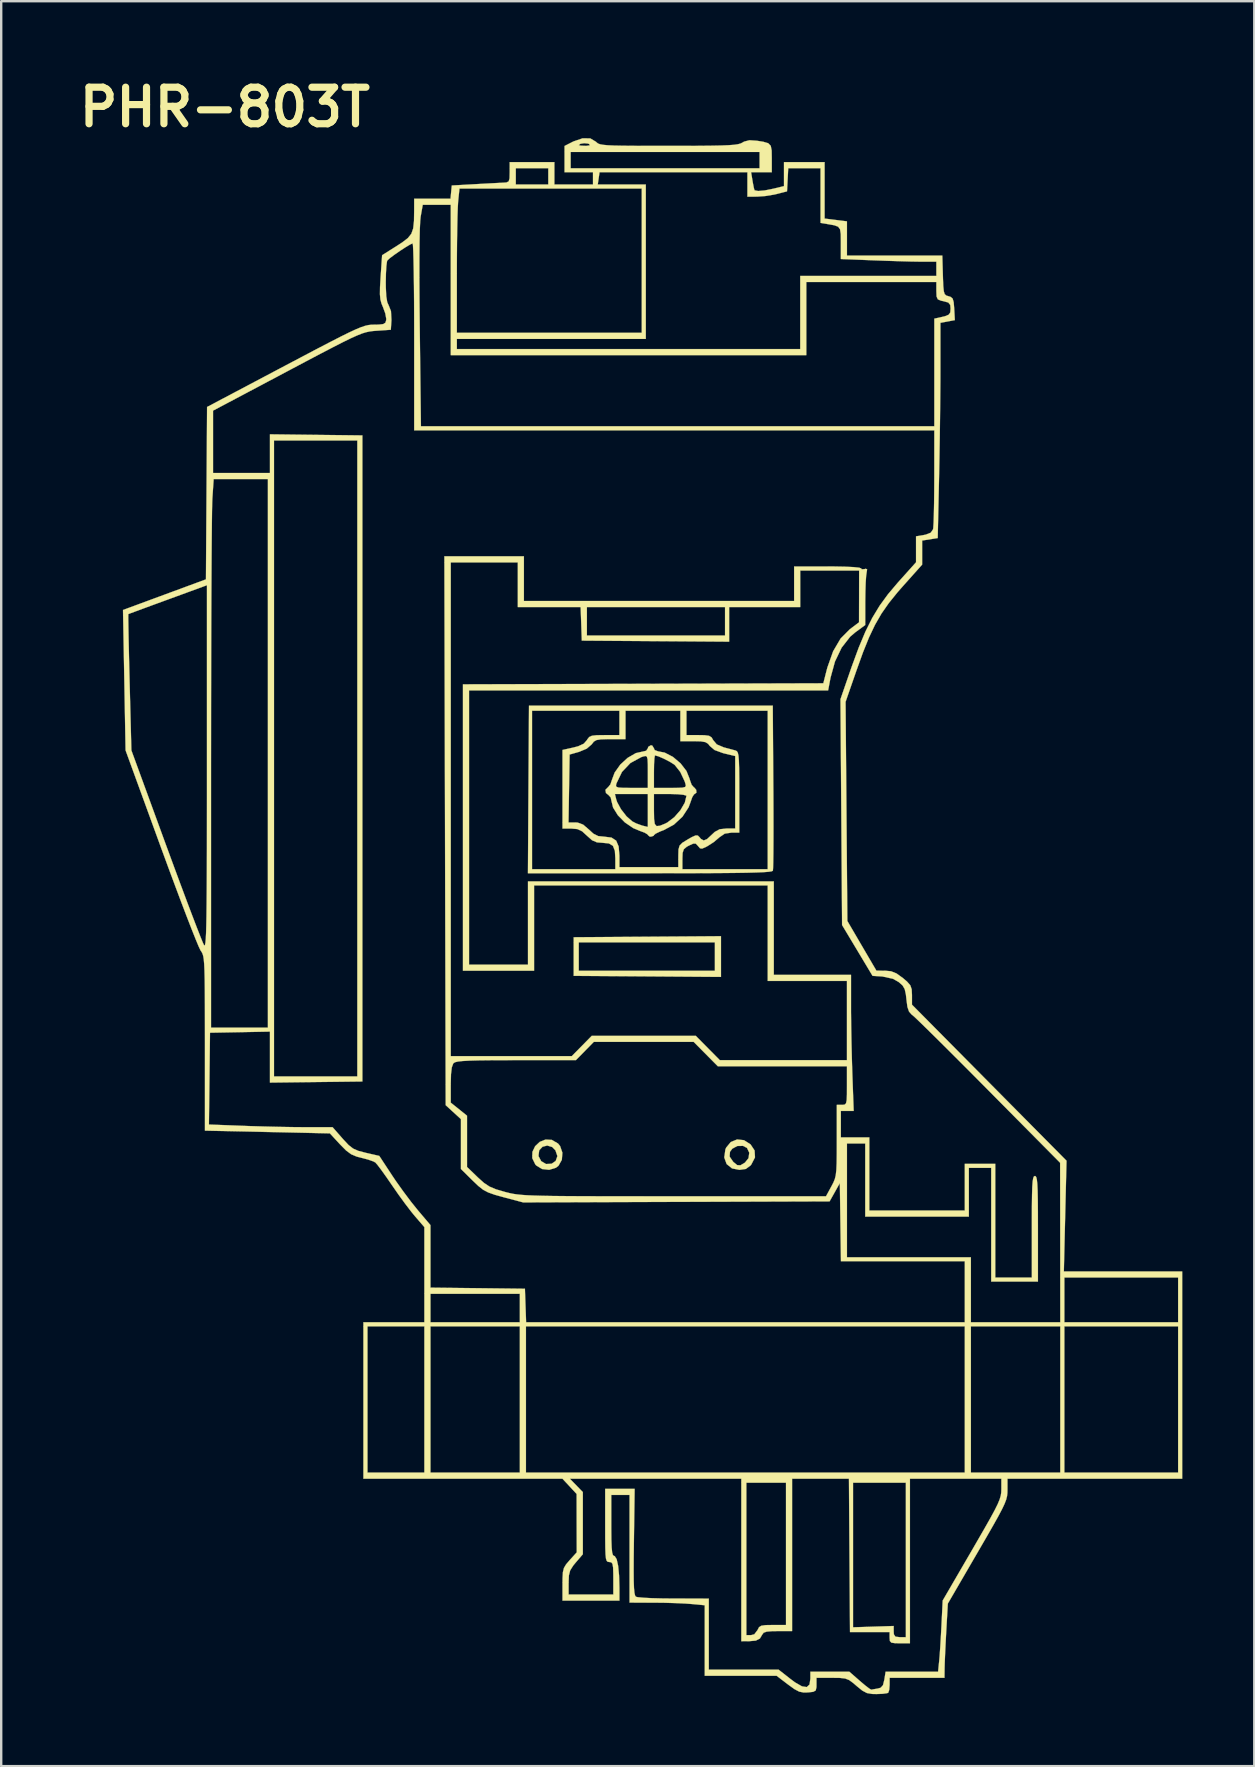
<source format=kicad_pcb>
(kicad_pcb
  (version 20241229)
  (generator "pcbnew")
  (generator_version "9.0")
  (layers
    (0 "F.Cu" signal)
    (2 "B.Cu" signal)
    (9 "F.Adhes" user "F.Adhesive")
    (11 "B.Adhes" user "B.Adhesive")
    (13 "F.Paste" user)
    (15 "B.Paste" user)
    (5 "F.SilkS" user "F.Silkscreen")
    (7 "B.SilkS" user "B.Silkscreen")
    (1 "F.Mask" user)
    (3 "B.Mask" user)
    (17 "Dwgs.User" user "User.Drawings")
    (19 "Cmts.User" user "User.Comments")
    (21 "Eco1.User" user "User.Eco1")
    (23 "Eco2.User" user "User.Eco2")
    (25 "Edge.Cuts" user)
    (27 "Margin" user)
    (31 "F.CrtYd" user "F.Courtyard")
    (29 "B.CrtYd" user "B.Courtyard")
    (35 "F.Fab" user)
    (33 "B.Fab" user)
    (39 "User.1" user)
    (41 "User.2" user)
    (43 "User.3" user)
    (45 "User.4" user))
  (footprint "PHR-803T"
    (layer "F.Cu")
    (at 24.071 29.918)
    (property "Reference" "PHR-803T" (at -17.75 -28.5 0) (layer "F.SilkS") (effects (font (size 1.524 1.524) (thickness 0.3))))
    (attr through_hole)
    (fp_poly (pts (xy -0.145 6.067) (xy -3.214 6.089) (xy -3.214 7.698) (xy -0.145 7.72) (xy 2.924 7.742) (xy 2.924 6.301) (xy 2.67 6.301) (xy 2.67 7.486) (xy -3.003 7.486) (xy -3.003 6.301) (xy 2.67 6.301) (xy 2.924 6.301) (xy 2.924 6.045) (xy -0.145 6.067)) (stroke (width 0.01) (type solid)) (fill yes) (layer "F.SilkS"))
    (fp_poly (pts (xy -4.63 14.617) (xy -4.821 14.797) (xy -4.934 15.032) (xy -4.941 15.294) (xy -4.814 15.556) (xy -4.777 15.598) (xy -4.533 15.748) (xy -4.236 15.781) (xy -3.955 15.695) (xy -3.849 15.614) (xy -3.708 15.365) (xy -3.696 15.209) (xy -3.893 15.209) (xy -3.965 15.412) (xy -4.136 15.528) (xy -4.366 15.539) (xy -4.568 15.42) (xy -4.679 15.211) (xy -4.681 15.197) (xy -4.651 14.968) (xy -4.513 14.82) (xy -4.317 14.769) (xy -4.111 14.831) (xy -3.976 14.967) (xy -3.893 15.209) (xy -3.696 15.209) (xy -3.685 15.066) (xy -3.781 14.789) (xy -3.865 14.686) (xy -4.125 14.534) (xy -4.389 14.52) (xy -4.63 14.617)) (stroke (width 0.01) (type solid)) (fill yes) (layer "F.SilkS"))
    (fp_poly (pts (xy 3.332 14.623) (xy 3.139 14.857) (xy 3.106 14.937) (xy 3.061 15.27) (xy 3.16 15.541) (xy 3.384 15.722) (xy 3.693 15.783) (xy 3.959 15.745) (xy 4.15 15.606) (xy 4.188 15.56) (xy 4.341 15.263) (xy 4.33 15.069) (xy 4.103 15.069) (xy 4.07 15.297) (xy 3.921 15.482) (xy 3.735 15.592) (xy 3.601 15.585) (xy 3.443 15.456) (xy 3.432 15.445) (xy 3.283 15.228) (xy 3.299 15.029) (xy 3.396 14.9) (xy 3.603 14.788) (xy 3.841 14.783) (xy 4.008 14.869) (xy 4.103 15.069) (xy 4.33 15.069) (xy 4.325 14.976) (xy 4.156 14.721) (xy 3.883 14.546) (xy 3.594 14.516) (xy 3.332 14.623)) (stroke (width 0.01) (type solid)) (fill yes) (layer "F.SilkS"))
    (fp_poly (pts (xy -0.109 -1.844) (xy -0.124 -1.785) (xy -0.195 -1.682) (xy -0.297 -1.658) (xy -0.625 -1.584) (xy -0.965 -1.387) (xy -1.273 -1.104) (xy -1.507 -0.774) (xy -1.617 -0.479) (xy -1.687 -0.277) (xy -1.781 -0.163) (xy -1.787 -0.16) (xy -1.892 -0.054) (xy -1.869 0.08) (xy -1.775 0.151) (xy -1.671 0.265) (xy -1.648 0.376) (xy -1.573 0.684) (xy -1.373 1.006) (xy -1.081 1.304) (xy -0.733 1.541) (xy -0.464 1.654) (xy -0.254 1.732) (xy -0.134 1.806) (xy -0.124 1.827) (xy -0.055 1.89) (xy 0.003 1.898) (xy 0.116 1.863) (xy 0.13 1.833) (xy 0.203 1.771) (xy 0.389 1.681) (xy 0.543 1.622) (xy 0.958 1.399) (xy 1.317 1.068) (xy 1.574 0.675) (xy 1.653 0.463) (xy 1.727 0.252) (xy 1.76 0.199) (xy 1.485 0.199) (xy 1.416 0.482) (xy 1.235 0.793) (xy 0.98 1.085) (xy 0.689 1.307) (xy 0.596 1.355) (xy 0.376 1.444) (xy 0.24 1.457) (xy 0.166 1.371) (xy 0.136 1.162) (xy 0.13 0.808) (xy 0.13 0.797) (xy 0.13 0.12) (xy -0.124 0.12) (xy -0.124 1.493) (xy -0.357 1.436) (xy -0.606 1.347) (xy -0.775 1.259) (xy -1.014 1.048) (xy -1.241 0.756) (xy -1.404 0.457) (xy -1.439 0.353) (xy -1.497 0.12) (xy -0.124 0.12) (xy 0.13 0.12) (xy 0.807 0.12) (xy 1.122 0.129) (xy 1.359 0.153) (xy 1.478 0.188) (xy 1.485 0.199) (xy 1.76 0.199) (xy 1.804 0.131) (xy 1.827 0.12) (xy 1.901 0.063) (xy 1.891 -0.055) (xy 1.808 -0.153) (xy 1.792 -0.161) (xy 1.731 -0.23) (xy 1.459 -0.23) (xy 1.431 -0.174) (xy 1.322 -0.145) (xy 1.101 -0.135) (xy 0.813 -0.134) (xy 0.13 -0.134) (xy 0.13 -0.811) (xy 0.13 -0.817) (xy -0.124 -0.817) (xy -0.124 -0.134) (xy -0.807 -0.134) (xy -1.144 -0.136) (xy -1.343 -0.149) (xy -1.435 -0.181) (xy -1.452 -0.244) (xy -1.431 -0.325) (xy -1.202 -0.8) (xy -0.85 -1.171) (xy -0.398 -1.417) (xy -0.315 -1.444) (xy -0.22 -1.464) (xy -0.164 -1.435) (xy -0.135 -1.326) (xy -0.125 -1.104) (xy -0.124 -0.817) (xy 0.13 -0.817) (xy 0.135 -1.126) (xy 0.149 -1.363) (xy 0.169 -1.482) (xy 0.175 -1.489) (xy 0.32 -1.449) (xy 0.543 -1.352) (xy 0.78 -1.23) (xy 0.966 -1.114) (xy 1.003 -1.083) (xy 1.226 -0.801) (xy 1.407 -0.416) (xy 1.437 -0.325) (xy 1.459 -0.23) (xy 1.731 -0.23) (xy 1.7 -0.267) (xy 1.627 -0.469) (xy 1.619 -0.506) (xy 1.486 -0.838) (xy 1.239 -1.158) (xy 0.922 -1.427) (xy 0.579 -1.605) (xy 0.303 -1.658) (xy 0.162 -1.71) (xy 0.13 -1.785) (xy 0.062 -1.897) (xy 0.003 -1.912) (xy -0.109 -1.844)) (stroke (width 0.01) (type solid)) (fill yes) (layer "F.SilkS"))
    (fp_poly (pts (xy -5.121 3.422) (xy -0.038 3.422) (xy 1.063 3.421) (xy 2.004 3.419) (xy 2.797 3.415) (xy 3.453 3.409) (xy 3.981 3.401) (xy 4.393 3.39) (xy 4.698 3.377) (xy 4.909 3.361) (xy 5.034 3.342) (xy 5.085 3.319) (xy 5.087 3.316) (xy 5.095 3.211) (xy 5.102 2.955) (xy 5.107 2.566) (xy 5.11 2.065) (xy 5.111 1.469) (xy 5.11 0.797) (xy 5.107 0.068) (xy 5.105 -0.176) (xy 5.084 -3.351) (xy 4.871 -3.351) (xy 4.871 3.253) (xy 1.315 3.253) (xy 1.315 2.832) (xy 1.325 2.573) (xy 1.375 2.423) (xy 1.493 2.321) (xy 1.584 2.271) (xy 1.769 2.186) (xy 1.872 2.187) (xy 1.959 2.277) (xy 1.967 2.287) (xy 2.05 2.383) (xy 2.14 2.395) (xy 2.299 2.325) (xy 2.371 2.286) (xy 2.621 2.125) (xy 2.837 1.943) (xy 2.85 1.929) (xy 3.082 1.771) (xy 3.362 1.729) (xy 3.686 1.729) (xy 3.686 0.041) (xy 3.685 -0.537) (xy 3.68 -0.968) (xy 3.67 -1.273) (xy 3.654 -1.462) (xy 3.517 -1.462) (xy 3.517 1.559) (xy 3.152 1.559) (xy 2.872 1.588) (xy 2.664 1.7) (xy 2.543 1.813) (xy 2.343 1.999) (xy 2.204 2.056) (xy 2.088 1.991) (xy 2.035 1.926) (xy 1.961 1.851) (xy 1.867 1.846) (xy 1.706 1.918) (xy 1.538 2.014) (xy 1.313 2.153) (xy 1.197 2.272) (xy 1.153 2.432) (xy 1.146 2.697) (xy 1.146 3.168) (xy -1.309 3.168) (xy -1.309 2.688) (xy -1.34 2.308) (xy -1.443 2.064) (xy -1.638 1.936) (xy -1.941 1.898) (xy -2.192 1.873) (xy -2.391 1.774) (xy -2.579 1.602) (xy -2.82 1.396) (xy -3.046 1.312) (xy -3.148 1.305) (xy -3.43 1.305) (xy -3.407 -0.11) (xy -3.384 -1.525) (xy -2.989 -1.637) (xy -2.671 -1.77) (xy -2.465 -1.947) (xy -2.458 -1.957) (xy -2.373 -2.065) (xy -2.263 -2.128) (xy -2.084 -2.157) (xy -1.793 -2.166) (xy -1.688 -2.166) (xy -1.055 -2.166) (xy -1.055 -3.351) (xy -1.309 -3.351) (xy -1.309 -2.335) (xy -1.93 -2.335) (xy -2.254 -2.331) (xy -2.452 -2.308) (xy -2.567 -2.256) (xy -2.643 -2.162) (xy -2.662 -2.127) (xy -2.794 -1.977) (xy -3.028 -1.869) (xy -3.227 -1.817) (xy -3.68 -1.716) (xy -3.68 1.559) (xy -3.316 1.559) (xy -3.059 1.582) (xy -2.862 1.675) (xy -2.664 1.856) (xy -2.448 2.048) (xy -2.246 2.135) (xy -2.029 2.152) (xy -1.748 2.179) (xy -1.579 2.28) (xy -1.498 2.486) (xy -1.479 2.804) (xy -1.479 3.253) (xy -4.95 3.253) (xy -4.95 -3.351) (xy -1.309 -3.351) (xy -1.055 -3.351) (xy 1.231 -3.351) (xy 1.231 -2.081) (xy 1.779 -2.081) (xy 2.086 -2.074) (xy 2.273 -2.042) (xy 2.388 -1.972) (xy 2.457 -1.883) (xy 2.656 -1.713) (xy 3.009 -1.584) (xy 3.052 -1.573) (xy 3.517 -1.462) (xy 3.654 -1.462) (xy 3.653 -1.476) (xy 3.626 -1.599) (xy 3.588 -1.662) (xy 3.538 -1.69) (xy 3.363 -1.738) (xy 3.113 -1.804) (xy 3.044 -1.822) (xy 2.748 -1.948) (xy 2.601 -2.123) (xy 2.53 -2.242) (xy 2.424 -2.306) (xy 2.235 -2.331) (xy 1.994 -2.335) (xy 1.485 -2.335) (xy 1.485 -3.351) (xy 4.871 -3.351) (xy 5.084 -3.351) (xy 5.083 -3.563) (xy -5.077 -3.563) (xy -5.121 3.422)) (stroke (width 0.01) (type solid)) (fill yes) (layer "F.SilkS"))
    (fp_poly (pts (xy -3.224 -27.074) (xy -3.26 -27.056) (xy -3.595 -26.885) (xy -3.595 -25.788) (xy -2.41 -25.788) (xy -2.41 -25.28) (xy -4.019 -25.28) (xy -4.019 -25.957) (xy -4.273 -25.957) (xy -4.273 -25.28) (xy -5.627 -25.28) (xy -5.627 -25.957) (xy -4.273 -25.957) (xy -4.019 -25.957) (xy -4.019 -26.211) (xy -5.881 -26.211) (xy -5.881 -25.788) (xy -5.887 -25.537) (xy -5.922 -25.411) (xy -6.014 -25.364) (xy -6.157 -25.354) (xy -6.355 -25.345) (xy -6.673 -25.328) (xy -7.063 -25.307) (xy -7.363 -25.29) (xy -8.294 -25.238) (xy -8.321 -24.962) (xy -8.347 -24.687) (xy -9.104 -24.687) (xy -9.861 -24.687) (xy -9.862 -24.201) (xy -9.869 -23.762) (xy -9.902 -23.451) (xy -9.981 -23.226) (xy -10.126 -23.045) (xy -10.358 -22.867) (xy -10.58 -22.723) (xy -11.198 -22.333) (xy -11.26 -21.423) (xy -11.285 -21.001) (xy -11.289 -20.705) (xy -11.269 -20.489) (xy -11.221 -20.312) (xy -11.16 -20.167) (xy -11.066 -19.91) (xy -11.025 -19.685) (xy -11.027 -19.628) (xy -11.062 -19.519) (xy -11.152 -19.462) (xy -11.338 -19.441) (xy -11.532 -19.438) (xy -11.652 -19.435) (xy -11.773 -19.421) (xy -11.909 -19.389) (xy -12.076 -19.333) (xy -12.288 -19.245) (xy -12.562 -19.118) (xy -12.911 -18.946) (xy -13.352 -18.72) (xy -13.898 -18.436) (xy -14.566 -18.084) (xy -15.249 -17.724) (xy -18.492 -16.009) (xy -18.515 -12.417) (xy -18.539 -8.825) (xy -20.267 -8.187) (xy -21.995 -7.549) (xy -21.941 -4.625) (xy -21.888 -1.7) (xy -20.41 2.356) (xy -20.118 3.152) (xy -19.838 3.906) (xy -19.577 4.602) (xy -19.341 5.222) (xy -19.135 5.752) (xy -18.967 6.174) (xy -18.842 6.474) (xy -18.767 6.633) (xy -18.757 6.649) (xy -18.714 6.711) (xy -18.679 6.783) (xy -18.651 6.879) (xy -18.629 7.017) (xy -18.612 7.212) (xy -18.6 7.48) (xy -18.591 7.836) (xy -18.586 8.298) (xy -18.583 8.88) (xy -18.582 9.599) (xy -18.581 10.47) (xy -18.581 14.148) (xy -15.978 14.205) (xy -13.374 14.262) (xy -12.951 14.72) (xy -12.698 14.976) (xy -12.486 15.133) (xy -12.257 15.23) (xy -12.062 15.28) (xy -11.782 15.353) (xy -11.562 15.431) (xy -11.479 15.476) (xy -11.388 15.58) (xy -11.226 15.794) (xy -11.017 16.086) (xy -10.789 16.417) (xy -10.52 16.805) (xy -10.239 17.191) (xy -9.983 17.526) (xy -9.827 17.716) (xy -9.437 18.168) (xy -9.437 22.133) (xy -11.977 22.133) (xy -11.977 28.653) (xy -3.682 28.653) (xy -3.092 29.288) (xy -3.09 30.505) (xy -3.087 31.722) (xy -3.384 32.05) (xy -3.532 32.223) (xy -3.62 32.371) (xy -3.664 32.547) (xy -3.678 32.803) (xy -3.68 33.056) (xy -3.68 33.733) (xy -1.309 33.733) (xy -1.309 33.194) (xy -1.323 32.685) (xy -1.362 32.284) (xy -1.423 32.009) (xy -1.504 31.878) (xy -1.533 31.87) (xy -1.578 31.838) (xy -1.611 31.728) (xy -1.632 31.519) (xy -1.644 31.188) (xy -1.648 30.713) (xy -1.648 30.6) (xy -1.648 29.33) (xy -0.886 29.33) (xy -0.886 33.817) (xy 0.109 33.818) (xy 0.574 33.823) (xy 1.043 33.837) (xy 1.453 33.856) (xy 1.675 33.873) (xy 2.247 33.926) (xy 2.247 36.865) (xy 5.242 36.865) (xy 5.713 37.225) (xy 5.984 37.421) (xy 6.184 37.526) (xy 6.371 37.563) (xy 6.543 37.559) (xy 6.769 37.534) (xy 6.873 37.475) (xy 6.902 37.34) (xy 6.903 37.241) (xy 6.903 36.95) (xy 7.547 36.95) (xy 7.878 36.954) (xy 8.099 36.979) (xy 8.265 37.044) (xy 8.436 37.169) (xy 8.574 37.289) (xy 8.813 37.483) (xy 9.005 37.585) (xy 9.223 37.623) (xy 9.399 37.627) (xy 9.659 37.617) (xy 9.844 37.591) (xy 9.895 37.571) (xy 9.934 37.455) (xy 9.951 37.249) (xy 9.951 37.232) (xy 9.951 36.95) (xy 12.237 36.95) (xy 12.242 36.548) (xy 12.249 36.309) (xy 12.264 35.949) (xy 12.285 35.514) (xy 12.309 35.05) (xy 12.312 35.002) (xy 12.377 33.857) (xy 13.619 31.721) (xy 13.978 31.102) (xy 14.26 30.611) (xy 14.475 30.227) (xy 14.632 29.931) (xy 14.739 29.705) (xy 14.807 29.529) (xy 14.844 29.383) (xy 14.859 29.249) (xy 14.862 29.118) (xy 14.862 28.653) (xy 14.608 28.653) (xy 14.608 29.089) (xy 14.603 29.224) (xy 14.583 29.359) (xy 14.537 29.513) (xy 14.458 29.705) (xy 14.335 29.954) (xy 14.159 30.279) (xy 13.921 30.7) (xy 13.612 31.236) (xy 13.386 31.627) (xy 12.163 33.73) (xy 12.112 34.768) (xy 12.088 35.221) (xy 12.062 35.659) (xy 12.036 36.028) (xy 12.016 36.252) (xy 11.971 36.696) (xy 9.784 36.696) (xy 9.731 37.03) (xy 9.675 37.255) (xy 9.579 37.363) (xy 9.454 37.398) (xy 9.273 37.428) (xy 9.188 37.445) (xy 9.107 37.4) (xy 8.937 37.27) (xy 8.714 37.082) (xy 8.709 37.077) (xy 8.273 36.696) (xy 6.649 36.696) (xy 6.649 36.987) (xy 6.613 37.23) (xy 6.498 37.336) (xy 6.299 37.306) (xy 6.009 37.14) (xy 5.819 36.998) (xy 5.326 36.611) (xy 2.416 36.611) (xy 2.416 33.648) (xy 0.956 33.647) (xy 0.469 33.642) (xy 0.038 33.631) (xy -0.309 33.613) (xy -0.54 33.591) (xy -0.62 33.572) (xy -0.656 33.521) (xy -0.682 33.407) (xy -0.701 33.212) (xy -0.712 32.918) (xy -0.715 32.507) (xy -0.713 31.963) (xy -0.705 31.288) (xy -0.674 29.076) (xy -1.902 29.076) (xy -1.902 30.6) (xy -1.901 31.142) (xy -1.897 31.537) (xy -1.887 31.809) (xy -1.869 31.981) (xy -1.839 32.075) (xy -1.796 32.115) (xy -1.738 32.124) (xy -1.733 32.124) (xy -1.648 32.138) (xy -1.598 32.203) (xy -1.572 32.353) (xy -1.564 32.623) (xy -1.563 32.801) (xy -1.563 33.479) (xy -3.426 33.479) (xy -3.426 32.986) (xy -3.414 32.684) (xy -3.36 32.473) (xy -3.235 32.275) (xy -3.13 32.147) (xy -2.833 31.801) (xy -2.833 29.211) (xy -3.375 28.653) (xy 3.771 28.653) (xy 3.771 35.426) (xy 4.088 35.425) (xy 4.376 35.4) (xy 4.546 35.313) (xy 4.642 35.151) (xy 4.701 35.071) (xy 4.83 35.025) (xy 5.065 35.006) (xy 5.292 35.003) (xy 5.887 35.003) (xy 5.887 28.822) (xy 5.633 28.822) (xy 5.633 34.749) (xy 5.081 34.749) (xy 4.78 34.754) (xy 4.604 34.78) (xy 4.509 34.841) (xy 4.451 34.952) (xy 4.448 34.96) (xy 4.312 35.137) (xy 4.174 35.172) (xy 3.981 35.172) (xy 3.981 28.822) (xy 5.633 28.822) (xy 5.887 28.822) (xy 5.887 28.653) (xy 8.256 28.653) (xy 8.278 31.849) (xy 8.3 35.045) (xy 9.126 35.045) (xy 9.951 35.044) (xy 9.951 35.277) (xy 9.962 35.416) (xy 10.025 35.485) (xy 10.182 35.508) (xy 10.375 35.511) (xy 10.798 35.511) (xy 10.798 28.822) (xy 10.629 28.822) (xy 10.629 35.257) (xy 10.375 35.257) (xy 10.194 35.235) (xy 10.128 35.137) (xy 10.121 35.024) (xy 10.121 34.791) (xy 9.274 34.818) (xy 8.427 34.845) (xy 8.427 28.822) (xy 10.629 28.822) (xy 10.798 28.822) (xy 10.798 28.653) (xy 14.608 28.653) (xy 14.862 28.653) (xy 22.143 28.653) (xy 22.143 22.303) (xy 21.974 22.303) (xy 21.974 28.399) (xy 17.233 28.399) (xy 17.233 22.303) (xy 17.063 22.303) (xy 17.063 28.399) (xy 13.338 28.399) (xy 13.338 22.303) (xy 13.084 22.303) (xy 13.084 28.399) (xy -5.204 28.399) (xy -5.204 22.303) (xy -5.458 22.303) (xy -5.458 28.399) (xy -9.183 28.399) (xy -9.183 22.303) (xy -9.437 22.303) (xy -9.437 28.399) (xy -11.808 28.399) (xy -11.808 22.303) (xy -9.437 22.303) (xy -9.183 22.303) (xy -5.458 22.303) (xy -5.204 22.303) (xy 13.084 22.303) (xy 13.338 22.303) (xy 17.063 22.303) (xy 17.233 22.303) (xy 21.974 22.303) (xy 22.143 22.303) (xy 22.143 20.271) (xy 21.974 20.271) (xy 21.974 22.133) (xy 17.233 22.133) (xy 17.063 22.133) (xy 13.338 22.133) (xy 13.338 19.424) (xy 8.173 19.424) (xy 8.173 14.683) (xy 8.935 14.683) (xy 8.935 17.731) (xy 13.253 17.731) (xy 13.253 15.699) (xy 14.185 15.699) (xy 14.185 20.44) (xy 16.132 20.44) (xy 16.132 18.239) (xy 16.131 17.563) (xy 16.127 17.038) (xy 16.119 16.647) (xy 16.106 16.369) (xy 16.087 16.188) (xy 16.061 16.085) (xy 16.027 16.042) (xy 16.005 16.037) (xy 15.965 16.057) (xy 15.935 16.127) (xy 15.912 16.266) (xy 15.896 16.493) (xy 15.886 16.827) (xy 15.88 17.287) (xy 15.878 17.89) (xy 15.878 18.154) (xy 15.878 20.271) (xy 14.354 20.271) (xy 14.354 15.529) (xy 13.084 15.529) (xy 13.084 17.477) (xy 9.105 17.477) (xy 9.105 14.429) (xy 7.919 14.429) (xy 7.919 13.328) (xy 8.454 13.328) (xy 8.398 11.79) (xy 8.388 11.465) (xy 8.173 11.465) (xy 8.173 12.27) (xy 8.172 12.642) (xy 8.162 12.877) (xy 8.135 13.006) (xy 8.083 13.061) (xy 7.997 13.074) (xy 7.962 13.074) (xy 7.75 13.074) (xy 7.75 14.565) (xy 7.749 15.104) (xy 7.744 15.503) (xy 7.731 15.792) (xy 7.707 16.003) (xy 7.668 16.164) (xy 7.61 16.307) (xy 7.531 16.46) (xy 7.525 16.47) (xy 7.3 16.884) (xy 0.952 16.884) (xy -0.236 16.884) (xy -1.268 16.883) (xy -2.156 16.882) (xy -2.912 16.88) (xy -3.549 16.876) (xy -4.079 16.871) (xy -4.515 16.863) (xy -4.87 16.853) (xy -5.155 16.841) (xy -5.385 16.825) (xy -5.57 16.806) (xy -5.724 16.784) (xy -5.859 16.757) (xy -5.988 16.726) (xy -6.083 16.701) (xy -6.455 16.592) (xy -6.723 16.479) (xy -6.951 16.327) (xy -7.202 16.103) (xy -7.215 16.09) (xy -7.659 15.662) (xy -7.659 13.526) (xy -8.337 12.981) (xy -8.337 12.217) (xy -8.327 11.794) (xy -8.294 11.515) (xy -8.236 11.358) (xy -8.216 11.332) (xy -8.153 11.296) (xy -8.034 11.268) (xy -7.841 11.247) (xy -7.556 11.231) (xy -7.162 11.22) (xy -6.641 11.214) (xy -5.977 11.212) (xy -5.609 11.211) (xy -3.123 11.211) (xy -2.749 10.83) (xy -2.375 10.449) (xy 1.786 10.449) (xy 2.792 11.465) (xy 8.173 11.465) (xy 8.388 11.465) (xy 8.379 11.169) (xy 8.362 10.484) (xy 8.35 9.804) (xy 8.343 9.194) (xy 8.343 8.954) (xy 8.343 7.655) (xy 5.125 7.655) (xy 5.125 3.761) (xy -5.119 3.761) (xy -5.119 7.232) (xy -7.575 7.232) (xy -7.575 -4.198) (xy 7.389 -4.198) (xy 7.489 -4.727) (xy 7.674 -5.401) (xy 7.951 -5.978) (xy 8.307 -6.435) (xy 8.515 -6.613) (xy 8.935 -6.922) (xy 8.936 -7.909) (xy 8.942 -8.321) (xy 8.954 -8.688) (xy 8.973 -8.965) (xy 8.992 -9.102) (xy 9.006 -9.193) (xy 8.681 -9.193) (xy 8.679 -8.114) (xy 8.676 -7.034) (xy 8.292 -6.745) (xy 7.908 -6.358) (xy 7.598 -5.83) (xy 7.358 -5.154) (xy 7.329 -5.045) (xy 7.189 -4.494) (xy -7.829 -4.451) (xy -7.829 7.486) (xy -4.865 7.486) (xy -4.865 3.93) (xy 4.871 3.93) (xy 4.871 7.909) (xy 8.173 7.909) (xy 8.173 11.211) (xy 2.876 11.211) (xy 1.871 10.195) (xy -2.459 10.195) (xy -2.876 10.619) (xy -3.293 11.042) (xy -8.337 11.042) (xy -8.337 -9.532) (xy -5.543 -9.532) (xy -5.543 -7.669) (xy -2.925 -7.669) (xy -2.9 -6.971) (xy -2.876 -6.272) (xy 0.194 -6.25) (xy 3.263 -6.228) (xy 3.263 -7.669) (xy 3.093 -7.669) (xy 3.093 -6.484) (xy -2.664 -6.484) (xy -2.664 -7.669) (xy 3.093 -7.669) (xy 3.263 -7.669) (xy 6.226 -7.669) (xy 6.226 -9.193) (xy 8.681 -9.193) (xy 9.006 -9.193) (xy 9.013 -9.246) (xy 8.949 -9.267) (xy 8.907 -9.253) (xy 8.79 -9.244) (xy 8.766 -9.281) (xy 8.684 -9.311) (xy 8.451 -9.336) (xy 8.085 -9.353) (xy 7.604 -9.362) (xy 7.369 -9.363) (xy 5.972 -9.363) (xy 5.972 -7.923) (xy -5.289 -7.923) (xy -5.289 -9.786) (xy -8.603 -9.786) (xy -8.576 1.651) (xy -8.548 13.087) (xy -7.913 13.669) (xy -7.913 15.746) (xy -7.426 16.227) (xy -7.188 16.454) (xy -6.99 16.61) (xy -6.78 16.722) (xy -6.507 16.819) (xy -6.129 16.924) (xy -5.318 17.139) (xy 1.066 17.117) (xy 7.45 17.096) (xy 7.664 16.715) (xy 7.877 16.334) (xy 7.923 19.593) (xy 13.084 19.593) (xy 13.084 22.133) (xy -5.197 22.133) (xy -5.222 21.435) (xy -5.239 20.948) (xy -5.458 20.948) (xy -5.458 22.133) (xy -9.183 22.133) (xy -9.183 20.948) (xy -5.458 20.948) (xy -5.239 20.948) (xy -5.246 20.736) (xy -9.183 20.691) (xy -9.183 18.085) (xy -9.713 17.46) (xy -9.994 17.11) (xy -10.314 16.683) (xy -10.626 16.245) (xy -10.779 16.018) (xy -11.316 15.201) (xy -11.876 15.073) (xy -12.185 14.993) (xy -12.403 14.897) (xy -12.594 14.749) (xy -12.82 14.508) (xy -12.849 14.475) (xy -13.261 14.005) (xy -14.376 14.005) (xy -14.868 14.001) (xy -15.466 13.991) (xy -16.105 13.976) (xy -16.724 13.958) (xy -16.953 13.949) (xy -18.415 13.894) (xy -18.392 11.981) (xy -18.37 10.068) (xy -17.121 10.045) (xy -15.872 10.021) (xy -15.872 12.146) (xy -13.946 12.123) (xy -12.02 12.1) (xy -12.02 -14.612) (xy -12.231 -14.612) (xy -12.231 11.889) (xy -15.703 11.889) (xy -15.703 -13.003) (xy -15.957 -13.003) (xy -15.957 9.857) (xy -18.327 9.857) (xy -18.327 -0.748) (xy -18.327 -0.994) (xy -18.497 -0.994) (xy -18.497 0.323) (xy -18.498 1.48) (xy -18.499 2.487) (xy -18.502 3.354) (xy -18.506 4.09) (xy -18.511 4.705) (xy -18.517 5.209) (xy -18.525 5.61) (xy -18.534 5.92) (xy -18.546 6.147) (xy -18.559 6.302) (xy -18.575 6.393) (xy -18.593 6.43) (xy -18.614 6.424) (xy -18.619 6.418) (xy -18.671 6.306) (xy -18.775 6.05) (xy -18.925 5.668) (xy -19.114 5.174) (xy -19.337 4.585) (xy -19.587 3.916) (xy -19.858 3.185) (xy -20.145 2.405) (xy -20.194 2.272) (xy -21.646 -1.7) (xy -21.719 -4.533) (xy -21.736 -5.207) (xy -21.75 -5.824) (xy -21.762 -6.365) (xy -21.77 -6.81) (xy -21.775 -7.139) (xy -21.776 -7.332) (xy -21.774 -7.377) (xy -21.693 -7.408) (xy -21.477 -7.488) (xy -21.149 -7.609) (xy -20.734 -7.762) (xy -20.255 -7.937) (xy -20.127 -7.984) (xy -18.497 -8.581) (xy -18.497 -0.994) (xy -18.327 -0.994) (xy -18.326 -2.091) (xy -18.325 -3.398) (xy -18.323 -4.658) (xy -18.32 -5.859) (xy -18.317 -6.99) (xy -18.313 -8.041) (xy -18.308 -8.999) (xy -18.303 -9.855) (xy -18.297 -10.595) (xy -18.291 -11.21) (xy -18.285 -11.688) (xy -18.278 -12.018) (xy -18.272 -12.178) (xy -18.217 -13.003) (xy -17.087 -13.003) (xy -15.957 -13.003) (xy -15.703 -13.003) (xy -15.703 -14.612) (xy -12.231 -14.612) (xy -12.02 -14.612) (xy -12.02 -14.824) (xy -13.946 -14.846) (xy -15.872 -14.869) (xy -15.872 -13.257) (xy -18.243 -13.257) (xy -18.243 -15.855) (xy -15.144 -17.498) (xy -14.381 -17.903) (xy -13.751 -18.235) (xy -13.238 -18.502) (xy -12.827 -18.712) (xy -12.501 -18.872) (xy -12.243 -18.988) (xy -12.039 -19.07) (xy -11.871 -19.122) (xy -11.723 -19.154) (xy -11.581 -19.173) (xy -11.44 -19.184) (xy -10.834 -19.226) (xy -10.809 -19.629) (xy -10.828 -20.002) (xy -10.914 -20.219) (xy -10.984 -20.376) (xy -11.025 -20.626) (xy -11.043 -21.001) (xy -11.045 -21.214) (xy -11.038 -21.573) (xy -11.021 -21.871) (xy -10.996 -22.065) (xy -10.981 -22.112) (xy -10.882 -22.205) (xy -10.69 -22.349) (xy -10.453 -22.514) (xy -10.215 -22.669) (xy -10.023 -22.783) (xy -9.925 -22.825) (xy -9.912 -22.743) (xy -9.9 -22.508) (xy -9.889 -22.138) (xy -9.879 -21.648) (xy -9.871 -21.056) (xy -9.865 -20.378) (xy -9.862 -19.631) (xy -9.861 -18.93) (xy -9.861 -15.035) (xy 11.814 -15.035) (xy 11.813 -13.067) (xy 11.81 -12.496) (xy 11.804 -11.975) (xy 11.795 -11.529) (xy 11.784 -11.184) (xy 11.77 -10.968) (xy 11.762 -10.914) (xy 11.668 -10.771) (xy 11.456 -10.688) (xy 11.382 -10.674) (xy 11.052 -10.618) (xy 11.052 -9.536) (xy 10.289 -8.685) (xy 9.882 -8.203) (xy 9.534 -7.725) (xy 9.227 -7.218) (xy 8.943 -6.648) (xy 8.664 -5.982) (xy 8.372 -5.188) (xy 8.328 -5.062) (xy 7.903 -3.831) (xy 7.937 0.875) (xy 7.97 5.581) (xy 8.605 6.639) (xy 9.24 7.698) (xy 9.651 7.724) (xy 10.095 7.821) (xy 10.333 7.958) (xy 10.49 8.097) (xy 10.58 8.25) (xy 10.63 8.477) (xy 10.652 8.681) (xy 10.693 8.994) (xy 10.76 9.187) (xy 10.869 9.311) (xy 10.897 9.331) (xy 10.994 9.416) (xy 11.198 9.611) (xy 11.496 9.901) (xy 11.877 10.276) (xy 12.327 10.723) (xy 12.835 11.23) (xy 13.388 11.784) (xy 13.974 12.375) (xy 14.075 12.477) (xy 17.056 15.487) (xy 17.06 18.81) (xy 17.063 22.133) (xy 17.233 22.133) (xy 17.233 20.271) (xy 21.974 20.271) (xy 22.143 20.271) (xy 22.143 20.017) (xy 17.212 20.017) (xy 17.267 17.709) (xy 17.323 15.402) (xy 14.103 12.151) (xy 10.883 8.899) (xy 10.883 8.499) (xy 10.871 8.259) (xy 10.814 8.093) (xy 10.678 7.937) (xy 10.509 7.793) (xy 10.243 7.6) (xy 10.012 7.507) (xy 9.768 7.484) (xy 9.401 7.482) (xy 8.795 6.447) (xy 8.19 5.412) (xy 8.153 0.846) (xy 8.116 -3.721) (xy 8.571 -5.032) (xy 8.842 -5.784) (xy 9.093 -6.406) (xy 9.343 -6.932) (xy 9.611 -7.397) (xy 9.917 -7.836) (xy 10.278 -8.283) (xy 10.506 -8.543) (xy 11.306 -9.438) (xy 11.306 -10.442) (xy 11.956 -10.546) (xy 12.012 -13.101) (xy 12.027 -13.871) (xy 12.041 -14.702) (xy 12.052 -15.546) (xy 12.061 -16.355) (xy 12.067 -17.082) (xy 12.068 -17.585) (xy 12.068 -19.515) (xy 12.368 -19.571) (xy 12.669 -19.628) (xy 12.643 -20.101) (xy 12.643 -20.109) (xy 12.491 -20.109) (xy 12.479 -19.949) (xy 12.414 -19.854) (xy 12.255 -19.789) (xy 12.047 -19.74) (xy 11.814 -19.689) (xy 11.814 -15.205) (xy -9.58 -15.205) (xy -9.629 -19.327) (xy -9.64 -20.425) (xy -9.645 -21.388) (xy -9.644 -22.209) (xy -9.638 -22.882) (xy -9.627 -23.402) (xy -9.609 -23.764) (xy -9.591 -23.941) (xy -9.504 -24.433) (xy -8.337 -24.433) (xy -8.337 -18.168) (xy 6.48 -18.168) (xy 6.48 -21.216) (xy 11.899 -21.216) (xy 11.899 -20.844) (xy 11.908 -20.612) (xy 11.96 -20.494) (xy 12.092 -20.438) (xy 12.195 -20.417) (xy 12.396 -20.361) (xy 12.478 -20.26) (xy 12.491 -20.109) (xy 12.643 -20.109) (xy 12.621 -20.375) (xy 12.578 -20.525) (xy 12.492 -20.597) (xy 12.407 -20.623) (xy 12.309 -20.654) (xy 12.246 -20.713) (xy 12.209 -20.833) (xy 12.187 -21.048) (xy 12.174 -21.391) (xy 12.171 -21.495) (xy 12.154 -22.063) (xy 11.899 -22.063) (xy 11.899 -21.47) (xy 6.226 -21.47) (xy 6.226 -18.422) (xy -8.083 -18.422) (xy -8.083 -18.845) (xy -0.209 -18.845) (xy -0.209 -25.111) (xy -0.378 -25.111) (xy -0.378 -19.099) (xy -8.083 -19.099) (xy -8.083 -21.585) (xy -8.081 -22.246) (xy -8.076 -22.878) (xy -8.067 -23.453) (xy -8.057 -23.945) (xy -8.044 -24.326) (xy -8.03 -24.568) (xy -8.028 -24.59) (xy -7.974 -25.111) (xy -0.378 -25.111) (xy -0.209 -25.111) (xy -0.209 -25.28) (xy -2.211 -25.28) (xy -2.137 -25.788) (xy 4.025 -25.788) (xy 4.025 -24.772) (xy 4.427 -24.774) (xy 4.766 -24.798) (xy 5.135 -24.858) (xy 5.252 -24.885) (xy 5.676 -24.994) (xy 5.726 -25.957) (xy 6.4 -25.957) (xy 7.073 -25.957) (xy 7.073 -23.679) (xy 7.39 -23.626) (xy 7.649 -23.58) (xy 7.806 -23.521) (xy 7.886 -23.411) (xy 7.915 -23.213) (xy 7.919 -22.888) (xy 7.919 -22.841) (xy 7.919 -22.174) (xy 9.33 -22.118) (xy 9.854 -22.099) (xy 10.369 -22.083) (xy 10.828 -22.07) (xy 11.187 -22.064) (xy 11.32 -22.063) (xy 11.899 -22.063) (xy 12.154 -22.063) (xy 12.147 -22.317) (xy 8.173 -22.317) (xy 8.173 -23.744) (xy 7.708 -23.802) (xy 7.242 -23.86) (xy 7.242 -26.211) (xy 5.549 -26.211) (xy 5.549 -25.212) (xy 5.104 -25.104) (xy 4.744 -25.032) (xy 4.475 -25.008) (xy 4.329 -25.036) (xy 4.321 -25.043) (xy 4.294 -25.134) (xy 4.255 -25.334) (xy 4.239 -25.428) (xy 4.179 -25.788) (xy 5.041 -25.788) (xy 5.041 -26.372) (xy 5.037 -26.635) (xy 4.533 -26.635) (xy 4.533 -25.957) (xy -3.341 -25.957) (xy -3.341 -26.635) (xy 4.533 -26.635) (xy 5.037 -26.635) (xy 5.036 -26.696) (xy 4.998 -26.892) (xy 4.892 -27) (xy 4.684 -27.061) (xy 4.416 -27.103) (xy 4.11 -27.124) (xy 3.889 -27.067) (xy 3.816 -27.025) (xy 3.741 -26.988) (xy 3.631 -26.958) (xy 3.468 -26.934) (xy 3.235 -26.917) (xy 2.915 -26.904) (xy 2.488 -26.896) (xy 1.939 -26.891) (xy 1.248 -26.889) (xy 0.739 -26.889) (xy -0.035 -26.889) (xy -0.656 -26.891) (xy -1.144 -26.895) (xy -1.516 -26.902) (xy -1.745 -26.912) (xy -2.541 -26.912) (xy -2.678 -26.891) (xy -2.728 -26.89) (xy -2.915 -26.898) (xy -3.002 -26.919) (xy -3.003 -26.921) (xy -2.932 -26.976) (xy -2.777 -27) (xy -2.617 -26.985) (xy -2.568 -26.964) (xy -2.541 -26.912) (xy -1.745 -26.912) (xy -1.789 -26.914) (xy -1.982 -26.932) (xy -2.111 -26.955) (xy -2.195 -26.986) (xy -2.251 -27.026) (xy -2.283 -27.058) (xy -2.52 -27.2) (xy -2.84 -27.205) (xy -3.224 -27.074)) (stroke (width 0.01) (type solid)) (fill yes) (layer "F.SilkS")))
  (gr_rect
    (start -3 -3)
    (end 49.219 70.55)
    (stroke (width 0.1) (type default))
    (fill no)
    (layer "Edge.Cuts")))
</source>
